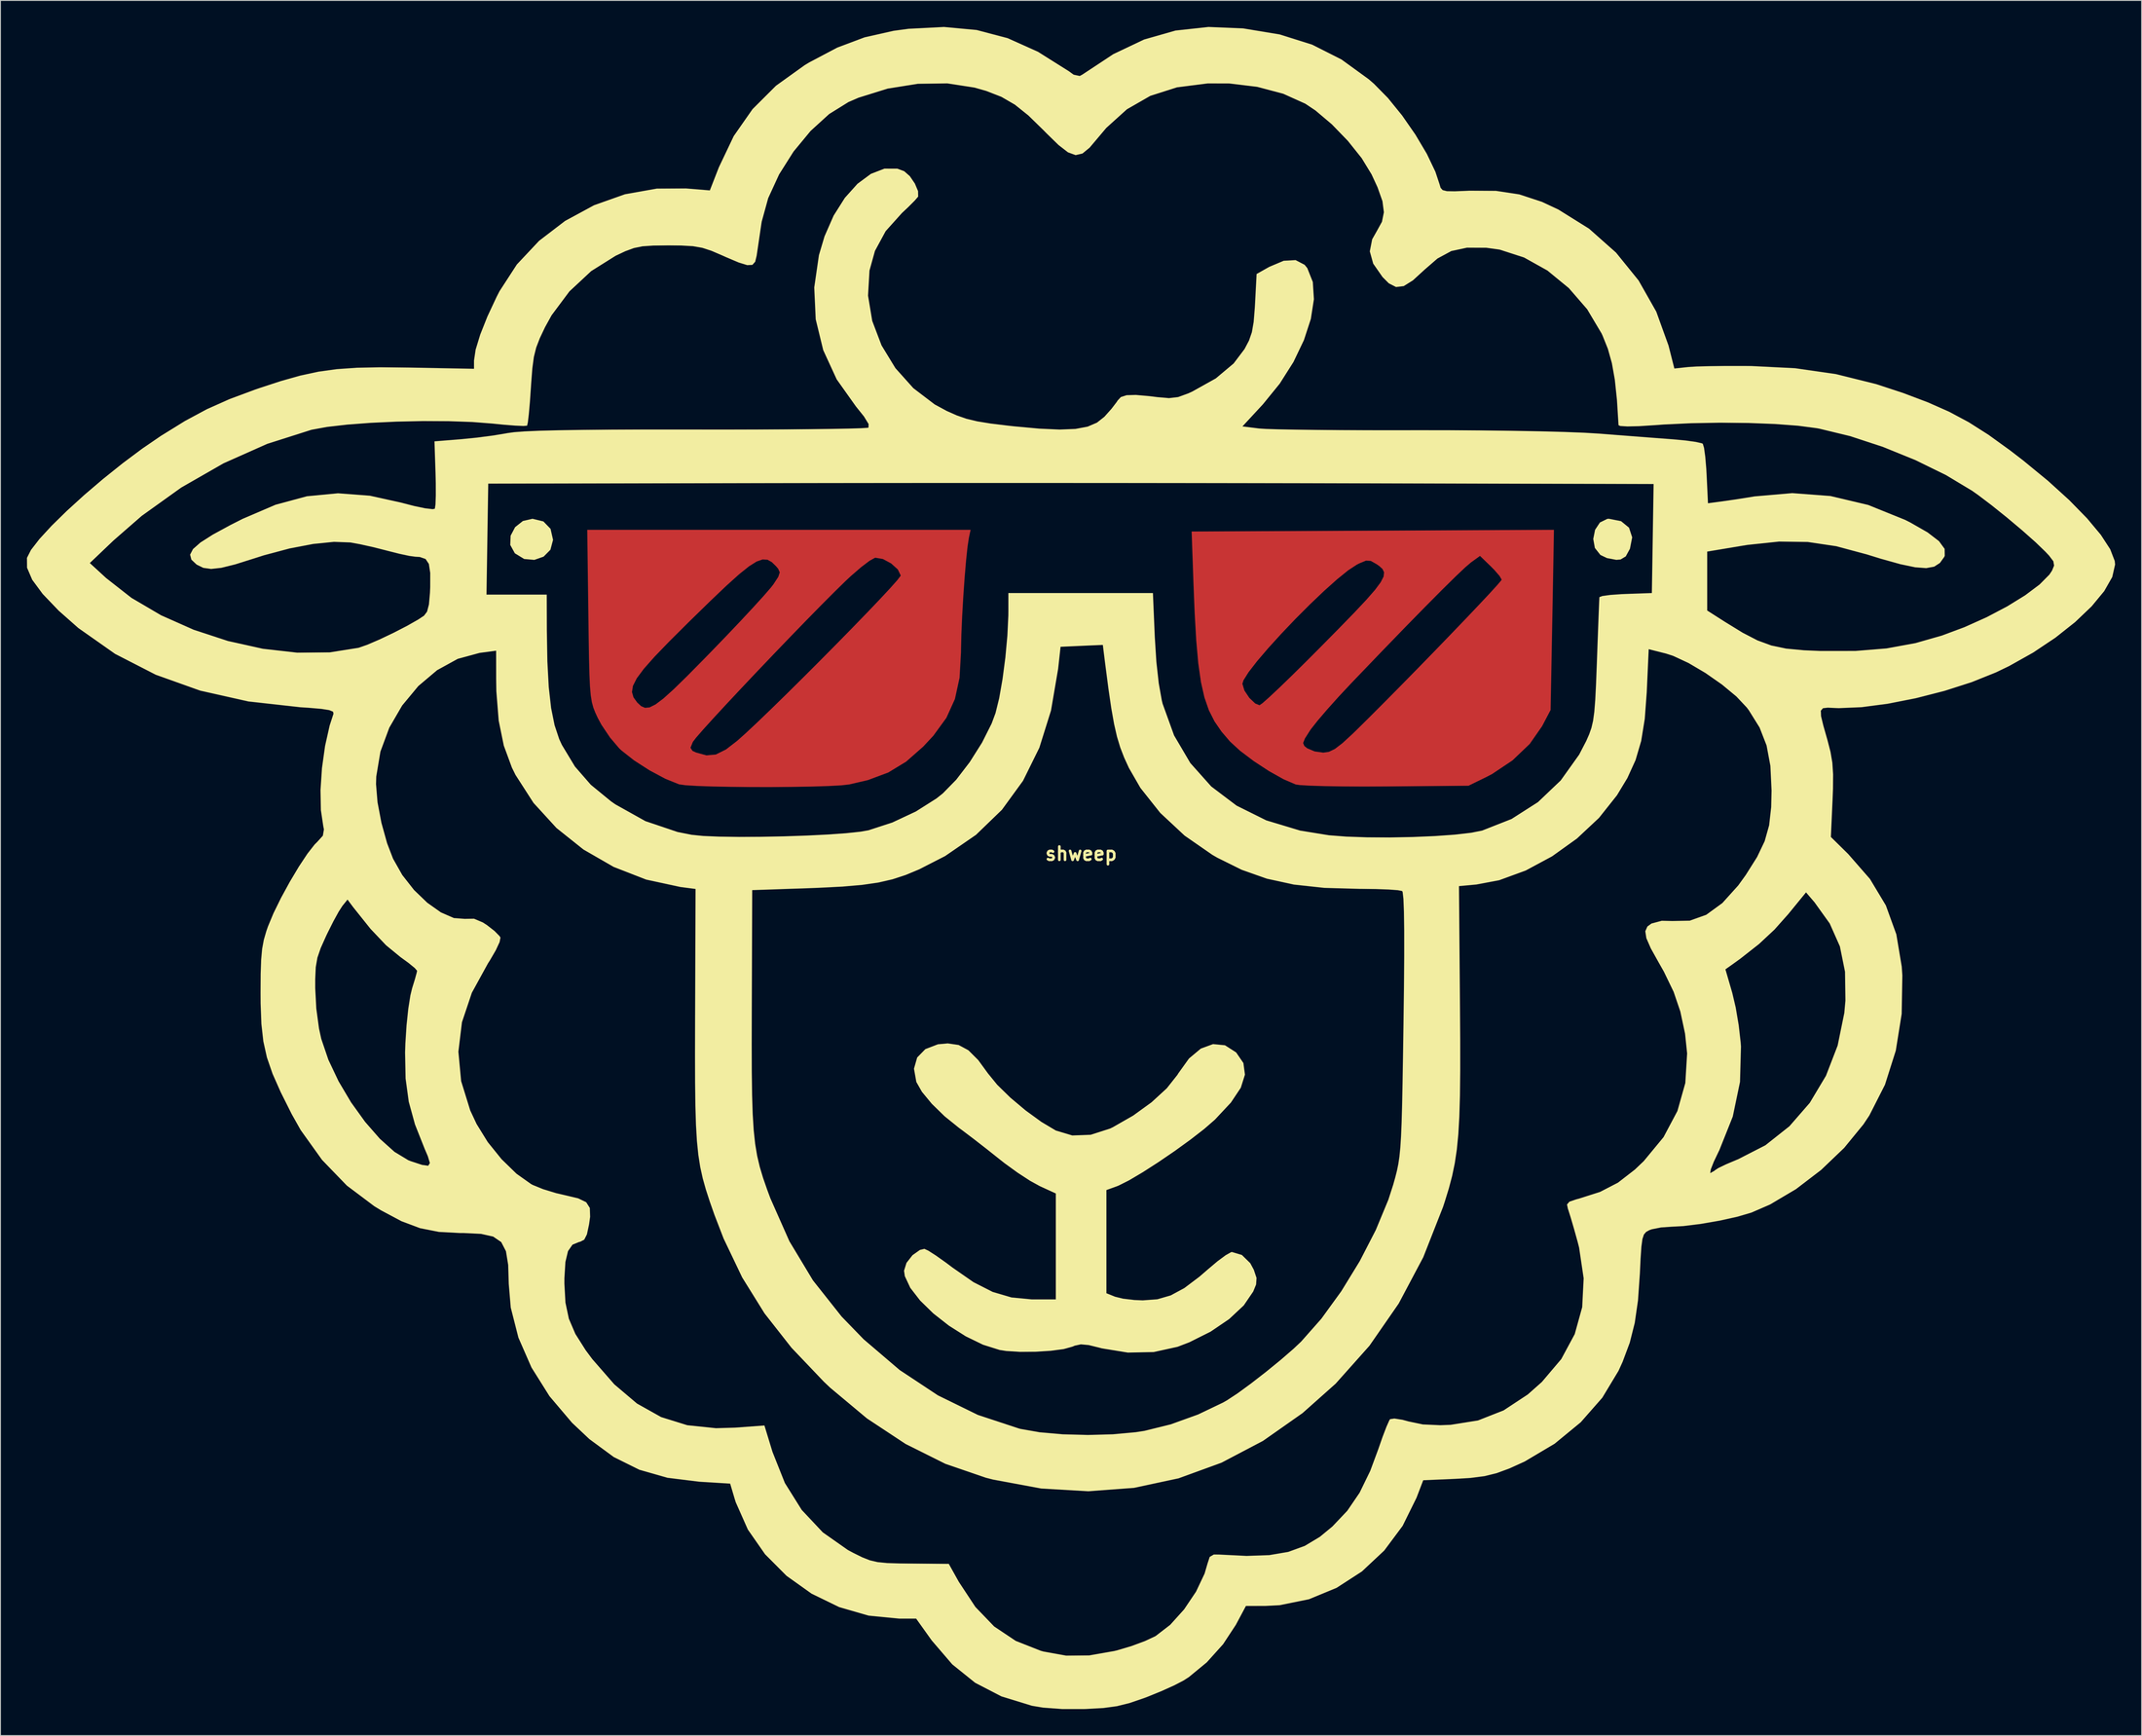
<source format=kicad_pcb>
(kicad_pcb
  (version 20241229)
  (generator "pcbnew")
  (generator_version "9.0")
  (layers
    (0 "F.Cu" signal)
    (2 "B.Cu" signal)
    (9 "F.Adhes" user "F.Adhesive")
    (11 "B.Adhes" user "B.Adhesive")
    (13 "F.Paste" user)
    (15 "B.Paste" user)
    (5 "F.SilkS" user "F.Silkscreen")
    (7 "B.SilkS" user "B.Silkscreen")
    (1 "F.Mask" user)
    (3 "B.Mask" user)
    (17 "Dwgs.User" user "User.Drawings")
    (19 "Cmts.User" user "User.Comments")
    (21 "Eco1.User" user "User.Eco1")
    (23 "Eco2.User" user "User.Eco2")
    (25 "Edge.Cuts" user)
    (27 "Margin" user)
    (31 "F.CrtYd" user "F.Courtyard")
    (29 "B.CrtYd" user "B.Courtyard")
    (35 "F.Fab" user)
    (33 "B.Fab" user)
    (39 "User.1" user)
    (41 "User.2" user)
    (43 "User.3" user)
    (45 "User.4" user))
  (footprint "shweep"
    (layer "F.Cu")
    (at 119.265 93.594)
    (property "Reference" "shweep" (at 0 0 0) (layer "F.SilkS") (effects (font (size 1.5 1.5) (thickness 0.3))))
    (attr board_only exclude_from_pos_files exclude_from_bom)
    (fp_poly (pts (xy 53.489 -36.326) (xy 53.473 -35.358) (xy 53.447 -33.853) (xy 53.411 -31.903) (xy 53.369 -29.596) (xy 53.321 -27.021) (xy 53.31 -26.473) (xy 53.118 -16.277) (xy 52.155 -14.445) (xy 50.757 -12.437) (xy 48.813 -10.579) (xy 46.49 -9.024) (xy 45.836 -8.684) (xy 43.824 -7.7) (xy 34.523 -7.622) (xy 31.965 -7.612) (xy 29.604 -7.624) (xy 27.545 -7.657) (xy 25.896 -7.708) (xy 24.764 -7.774) (xy 24.285 -7.842) (xy 22.912 -8.432) (xy 21.251 -9.365) (xy 19.53 -10.492) (xy 17.978 -11.664) (xy 17.033 -12.534) (xy 25.118 -12.534) (xy 25.256 -12.203) (xy 25.573 -11.944) (xy 26.418 -11.586) (xy 27.399 -11.448) (xy 28.03 -11.537) (xy 28.708 -11.863) (xy 29.56 -12.515) (xy 30.718 -13.581) (xy 31.192 -14.042) (xy 32.689 -15.522) (xy 34.383 -17.221) (xy 36.208 -19.069) (xy 38.098 -20.997) (xy 39.985 -22.936) (xy 41.802 -24.818) (xy 43.484 -26.571) (xy 44.963 -28.129) (xy 46.173 -29.42) (xy 47.046 -30.377) (xy 47.517 -30.93) (xy 47.58 -31.033) (xy 47.344 -31.444) (xy 46.743 -32.137) (xy 46.355 -32.529) (xy 45.131 -33.716) (xy 44.12 -32.987) (xy 43.472 -32.435) (xy 42.37 -31.391) (xy 40.844 -29.887) (xy 38.928 -27.956) (xy 36.651 -25.629) (xy 34.048 -22.939) (xy 31.149 -19.918) (xy 30.527 -19.268) (xy 29.134 -17.777) (xy 27.837 -16.33) (xy 26.759 -15.07) (xy 26.023 -14.137) (xy 25.893 -13.951) (xy 25.32 -13.049) (xy 25.118 -12.534) (xy 17.033 -12.534) (xy 16.849 -12.703) (xy 15.884 -13.833) (xy 15.093 -14.984) (xy 14.454 -16.245) (xy 13.949 -17.702) (xy 13.602 -19.243) (xy 18.245 -19.243) (xy 18.476 -18.48) (xy 19.031 -17.649) (xy 19.7 -17.011) (xy 20.186 -16.814) (xy 20.533 -17.059) (xy 21.308 -17.746) (xy 22.439 -18.808) (xy 23.851 -20.175) (xy 25.474 -21.778) (xy 26.831 -23.14) (xy 29.1 -25.439) (xy 30.901 -27.291) (xy 32.275 -28.753) (xy 33.26 -29.882) (xy 33.895 -30.738) (xy 34.221 -31.377) (xy 34.276 -31.857) (xy 34.1 -32.235) (xy 33.733 -32.571) (xy 33.416 -32.789) (xy 32.772 -33.152) (xy 32.233 -33.183) (xy 31.481 -32.874) (xy 31.18 -32.719) (xy 30.223 -32.092) (xy 28.965 -31.074) (xy 27.492 -29.757) (xy 25.89 -28.228) (xy 24.244 -26.579) (xy 22.641 -24.897) (xy 21.167 -23.273) (xy 19.906 -21.797) (xy 18.946 -20.556) (xy 18.371 -19.642) (xy 18.245 -19.243) (xy 13.602 -19.243) (xy 13.556 -19.446) (xy 13.255 -21.564) (xy 13.026 -24.145) (xy 12.847 -27.276) (xy 12.717 -30.492) (xy 12.506 -36.479) (xy 32.995 -36.574) (xy 36.75 -36.591) (xy 40.283 -36.608) (xy 43.53 -36.623) (xy 46.429 -36.636) (xy 48.916 -36.648) (xy 50.928 -36.657) (xy 52.401 -36.664) (xy 53.272 -36.668) (xy 53.493 -36.669)) (stroke (width 0) (type solid)) (fill yes) (layer "F.Cu"))
    (fp_poly (pts (xy -12.694 -35.775) (xy -12.849 -34.756) (xy -13.015 -33.19) (xy -13.179 -31.248) (xy -13.33 -29.097) (xy -13.456 -26.906) (xy -13.546 -24.845) (xy -13.587 -23.083) (xy -13.589 -22.81) (xy -13.751 -19.93) (xy -14.277 -17.518) (xy -15.242 -15.39) (xy -16.719 -13.361) (xy -17.864 -12.131) (xy -19.798 -10.43) (xy -21.814 -9.203) (xy -24.134 -8.336) (xy -26.242 -7.846) (xy -27.137 -7.747) (xy -28.582 -7.668) (xy -30.451 -7.609) (xy -32.617 -7.571) (xy -34.953 -7.553) (xy -37.335 -7.554) (xy -39.634 -7.576) (xy -41.725 -7.617) (xy -43.481 -7.678) (xy -44.775 -7.759) (xy -45.482 -7.859) (xy -45.486 -7.86) (xy -47.04 -8.488) (xy -48.829 -9.447) (xy -50.577 -10.572) (xy -52.005 -11.695) (xy -52.262 -11.938) (xy -52.32 -12.006) (xy -44.195 -12.006) (xy -43.975 -11.652) (xy -43.57 -11.464) (xy -42.392 -11.139) (xy -41.321 -11.237) (xy -40.175 -11.809) (xy -38.908 -12.789) (xy -37.934 -13.66) (xy -36.635 -14.877) (xy -35.08 -16.373) (xy -33.337 -18.077) (xy -31.474 -19.923) (xy -29.559 -21.839) (xy -27.661 -23.758) (xy -25.847 -25.609) (xy -24.185 -27.326) (xy -22.745 -28.837) (xy -21.593 -30.075) (xy -20.798 -30.971) (xy -20.429 -31.455) (xy -20.411 -31.507) (xy -20.739 -32.188) (xy -21.497 -32.866) (xy -22.425 -33.366) (xy -23.259 -33.509) (xy -23.354 -33.49) (xy -23.948 -33.158) (xy -24.89 -32.441) (xy -26.023 -31.462) (xy -26.667 -30.86) (xy -27.899 -29.654) (xy -29.403 -28.144) (xy -31.108 -26.405) (xy -32.944 -24.511) (xy -34.842 -22.535) (xy -36.73 -20.553) (xy -38.539 -18.637) (xy -40.198 -16.863) (xy -41.637 -15.304) (xy -42.785 -14.035) (xy -43.573 -13.128) (xy -43.928 -12.662) (xy -44.195 -12.006) (xy -52.32 -12.006) (xy -53.293 -13.152) (xy -54.271 -14.609) (xy -54.688 -15.383) (xy -54.968 -15.986) (xy -55.186 -16.547) (xy -55.353 -17.162) (xy -55.476 -17.926) (xy -55.51 -18.31) (xy -50.814 -18.31) (xy -50.641 -17.706) (xy -50.225 -17.13) (xy -50.208 -17.111) (xy -49.785 -16.716) (xy -49.343 -16.521) (xy -48.818 -16.571) (xy -48.145 -16.907) (xy -47.261 -17.575) (xy -46.102 -18.619) (xy -44.604 -20.081) (xy -42.704 -22.007) (xy -41.929 -22.801) (xy -40.16 -24.634) (xy -38.511 -26.372) (xy -37.063 -27.927) (xy -35.899 -29.21) (xy -35.101 -30.132) (xy -34.813 -30.503) (xy -34.262 -31.347) (xy -34.095 -31.855) (xy -34.278 -32.27) (xy -34.527 -32.56) (xy -35.001 -33.019) (xy -35.483 -33.285) (xy -36.033 -33.318) (xy -36.712 -33.081) (xy -37.58 -32.533) (xy -38.699 -31.635) (xy -40.128 -30.348) (xy -41.929 -28.633) (xy -44.163 -26.452) (xy -44.474 -26.145) (xy -46.615 -24.014) (xy -48.268 -22.3) (xy -49.473 -20.937) (xy -50.272 -19.86) (xy -50.705 -19.006) (xy -50.814 -18.31) (xy -55.51 -18.31) (xy -55.566 -18.935) (xy -55.629 -20.286) (xy -55.676 -22.075) (xy -55.714 -24.397) (xy -55.749 -27.01) (xy -55.874 -36.669) (xy -34.189 -36.669) (xy -12.503 -36.669)) (stroke (width 0) (type solid)) (fill yes) (layer "F.Cu"))
    (fp_poly (pts (xy -60.836 -37.62) (xy -60.028 -36.783) (xy -59.744 -35.534) (xy -60.042 -34.414) (xy -60.813 -33.636) (xy -61.866 -33.266) (xy -63.012 -33.369) (xy -64.063 -34.012) (xy -64.068 -34.017) (xy -64.587 -34.961) (xy -64.545 -36.007) (xy -64.036 -36.972) (xy -63.154 -37.671) (xy -62.069 -37.921)) (stroke (width 0) (type solid)) (fill yes) (layer "F.SilkS"))
    (fp_poly (pts (xy 61.087 -37.65) (xy 61.99 -36.911) (xy 62.347 -35.82) (xy 62.095 -34.531) (xy 61.621 -33.664) (xy 61.036 -33.313) (xy 60.557 -33.27) (xy 59.491 -33.472) (xy 58.75 -33.827) (xy 58.126 -34.618) (xy 57.943 -35.638) (xy 58.15 -36.671) (xy 58.696 -37.5) (xy 59.529 -37.909) (xy 59.717 -37.921)) (stroke (width 0) (type solid)) (fill yes) (layer "F.SilkS"))
    (fp_poly (pts (xy -13.861 21.644) (xy -12.751 22.243) (xy -11.642 23.349) (xy -10.538 24.863) (xy -9.492 26.147) (xy -8.006 27.6) (xy -6.272 29.058) (xy -4.485 30.358) (xy -2.862 31.325) (xy -1 31.883) (xy 1.079 31.807) (xy 3.268 31.106) (xy 3.595 30.949) (xy 5.888 29.636) (xy 7.971 28.126) (xy 9.691 26.547) (xy 10.894 25.026) (xy 10.986 24.87) (xy 12.207 23.169) (xy 13.544 22.052) (xy 14.925 21.545) (xy 16.274 21.676) (xy 17.518 22.472) (xy 17.557 22.511) (xy 18.361 23.687) (xy 18.535 25) (xy 18.068 26.481) (xy 16.951 28.157) (xy 15.175 30.058) (xy 15.103 30.127) (xy 13.925 31.15) (xy 12.373 32.355) (xy 10.599 33.64) (xy 8.749 34.904) (xy 6.974 36.045) (xy 5.423 36.964) (xy 4.244 37.558) (xy 4.035 37.641) (xy 2.862 38.065) (xy 2.862 43.905) (xy 2.862 49.744) (xy 3.846 50.141) (xy 4.749 50.362) (xy 6.033 50.512) (xy 6.976 50.551) (xy 8.624 50.429) (xy 10.138 49.99) (xy 11.675 49.16) (xy 13.397 47.861) (xy 14.342 47.043) (xy 15.424 46.13) (xy 16.352 45.443) (xy 16.965 45.096) (xy 17.062 45.076) (xy 18.188 45.413) (xy 19.136 46.342) (xy 19.538 47.086) (xy 19.847 48.011) (xy 19.798 48.754) (xy 19.471 49.553) (xy 18.403 51.12) (xy 16.754 52.664) (xy 14.656 54.089) (xy 12.24 55.299) (xy 10.916 55.807) (xy 8.218 56.401) (xy 5.283 56.462) (xy 2.354 55.986) (xy 2.143 55.929) (xy 0.847 55.61) (xy -0.025 55.531) (xy -0.72 55.679) (xy -0.982 55.79) (xy -1.966 56.063) (xy -3.435 56.259) (xy -5.16 56.368) (xy -6.913 56.38) (xy -8.468 56.283) (xy -9.218 56.167) (xy -11.097 55.575) (xy -13.05 54.624) (xy -14.963 53.41) (xy -16.723 52.028) (xy -18.216 50.57) (xy -19.328 49.132) (xy -19.946 47.808) (xy -20.034 47.195) (xy -19.756 46.306) (xy -19.079 45.438) (xy -18.238 44.841) (xy -17.733 44.718) (xy -17.286 44.925) (xy -16.423 45.479) (xy -15.287 46.286) (xy -14.542 46.846) (xy -12.173 48.492) (xy -10.008 49.595) (xy -7.878 50.222) (xy -5.61 50.44) (xy -5.353 50.442) (xy -2.862 50.442) (xy -2.862 44.448) (xy -2.862 38.454) (xy -4.676 37.621) (xy -5.781 37.012) (xy -7.188 36.094) (xy -8.657 35.028) (xy -9.237 34.572) (xy -10.682 33.423) (xy -12.167 32.268) (xy -13.443 31.302) (xy -13.821 31.024) (xy -15.448 29.712) (xy -16.893 28.299) (xy -18.011 26.943) (xy -18.643 25.832) (xy -18.911 24.327) (xy -18.548 23.059) (xy -17.621 22.111) (xy -16.197 21.565) (xy -15.091 21.465)) (stroke (width 0) (type solid)) (fill yes) (layer "F.SilkS"))
    (fp_poly (pts (xy 18.331 -93.431) (xy 22.462 -92.747) (xy 26.132 -91.591) (xy 29.456 -89.913) (xy 32.55 -87.665) (xy 33.125 -87.166) (xy 34.711 -85.554) (xy 36.315 -83.577) (xy 37.821 -81.409) (xy 39.115 -79.227) (xy 40.081 -77.206) (xy 40.542 -75.821) (xy 40.672 -75.386) (xy 40.904 -75.124) (xy 41.386 -75.003) (xy 42.267 -74.988) (xy 43.696 -75.046) (xy 43.92 -75.056) (xy 46.929 -75.04) (xy 49.578 -74.638) (xy 52.145 -73.792) (xy 53.991 -72.93) (xy 57.47 -70.756) (xy 60.518 -68.052) (xy 63.073 -64.896) (xy 65.073 -61.364) (xy 66.457 -57.534) (xy 66.531 -57.248) (xy 67.119 -54.931) (xy 68.708 -55.101) (xy 69.629 -55.158) (xy 71.093 -55.198) (xy 72.927 -55.219) (xy 74.958 -55.219) (xy 75.842 -55.212) (xy 80.776 -54.964) (xy 85.383 -54.299) (xy 89.949 -53.164) (xy 93.014 -52.157) (xy 95.797 -51.104) (xy 98.204 -50.037) (xy 100.426 -48.849) (xy 102.658 -47.429) (xy 105.093 -45.67) (xy 106.608 -44.502) (xy 109.383 -42.224) (xy 111.8 -40.029) (xy 113.812 -37.97) (xy 115.371 -36.101) (xy 116.43 -34.475) (xy 116.942 -33.146) (xy 116.983 -32.741) (xy 116.663 -31.332) (xy 115.751 -29.731) (xy 114.326 -28.007) (xy 112.461 -26.227) (xy 110.233 -24.462) (xy 107.718 -22.78) (xy 104.991 -21.249) (xy 103.494 -20.526) (xy 100.749 -19.424) (xy 97.668 -18.438) (xy 94.438 -17.61) (xy 91.246 -16.98) (xy 88.281 -16.592) (xy 85.729 -16.485) (xy 85.341 -16.499) (xy 84.475 -16.538) (xy 83.935 -16.478) (xy 83.691 -16.198) (xy 83.715 -15.58) (xy 83.976 -14.505) (xy 84.438 -12.879) (xy 84.785 -11.532) (xy 84.992 -10.313) (xy 85.078 -8.989) (xy 85.064 -7.327) (xy 85.014 -6.049) (xy 84.827 -1.903) (xy 86.791 0.032) (xy 89.25 2.851) (xy 91.049 5.848) (xy 92.233 9.119) (xy 92.843 12.762) (xy 92.913 13.773) (xy 92.837 18.126) (xy 92.173 22.279) (xy 90.947 26.141) (xy 89.18 29.619) (xy 88.511 30.627) (xy 86.332 33.29) (xy 83.731 35.78) (xy 80.879 37.961) (xy 77.949 39.697) (xy 75.825 40.619) (xy 74.236 41.086) (xy 72.237 41.529) (xy 70.112 41.898) (xy 68.146 42.142) (xy 66.826 42.214) (xy 65.606 42.298) (xy 64.553 42.508) (xy 64.282 42.606) (xy 63.925 42.804) (xy 63.675 43.097) (xy 63.506 43.612) (xy 63.39 44.476) (xy 63.299 45.815) (xy 63.217 47.525) (xy 63.005 50.56) (xy 62.639 53.097) (xy 62.073 55.344) (xy 61.262 57.512) (xy 60.797 58.533) (xy 58.965 61.572) (xy 56.529 64.346) (xy 53.574 66.778) (xy 50.189 68.79) (xy 48.452 69.578) (xy 47.013 70.108) (xy 45.639 70.448) (xy 44.058 70.651) (xy 42.338 70.755) (xy 38.706 70.912) (xy 37.947 72.895) (xy 36.378 76.075) (xy 34.291 78.875) (xy 31.772 81.234) (xy 28.905 83.092) (xy 25.775 84.386) (xy 22.468 85.057) (xy 20.86 85.139) (xy 18.645 85.144) (xy 17.506 87.28) (xy 16.065 89.472) (xy 14.219 91.524) (xy 12.198 93.191) (xy 11.578 93.588) (xy 10.536 94.128) (xy 9.089 94.781) (xy 7.507 95.426) (xy 7.106 95.577) (xy 5.478 96.135) (xy 4.045 96.49) (xy 2.514 96.695) (xy 0.591 96.804) (xy 0.358 96.812) (xy -2.128 96.813) (xy -4.296 96.654) (xy -5.559 96.444) (xy -9.016 95.379) (xy -11.989 93.838) (xy -14.58 91.753) (xy -16.893 89.056) (xy -17.057 88.829) (xy -18.666 86.575) (xy -20.584 86.575) (xy -24.036 86.238) (xy -27.371 85.274) (xy -30.499 83.75) (xy -33.325 81.733) (xy -35.759 79.29) (xy -37.706 76.49) (xy -39.076 73.4) (xy -39.205 72.987) (xy -39.707 71.296) (xy -43.196 71.081) (xy -46.799 70.634) (xy -49.978 69.725) (xy -52.877 68.287) (xy -55.636 66.254) (xy -57.597 64.406) (xy -60.146 61.398) (xy -62.184 58.151) (xy -63.662 54.771) (xy -64.531 51.364) (xy -64.756 48.686) (xy -64.822 46.531) (xy -65.074 44.987) (xy -65.607 43.954) (xy -66.516 43.333) (xy -67.898 43.025) (xy -69.846 42.931) (xy -70.288 42.93) (xy -72.663 42.804) (xy -74.79 42.382) (xy -76.89 41.594) (xy -79.185 40.37) (xy -79.965 39.895) (xy -83.069 37.563) (xy -85.879 34.653) (xy -88.296 31.274) (xy -89.305 29.484) (xy -90.556 26.986) (xy -91.477 24.905) (xy -92.116 23.05) (xy -92.521 21.231) (xy -92.742 19.258) (xy -92.828 16.942) (xy -92.835 15.741) (xy -92.832 15.197) (xy -86.652 15.197) (xy -86.53 17.516) (xy -86.225 19.771) (xy -85.969 20.947) (xy -85.162 23.319) (xy -84.006 25.757) (xy -82.592 28.141) (xy -81.007 30.347) (xy -79.34 32.255) (xy -77.681 33.743) (xy -76.119 34.689) (xy -75.842 34.797) (xy -74.562 35.218) (xy -73.869 35.312) (xy -73.679 35.008) (xy -73.912 34.233) (xy -74.262 33.416) (xy -75.364 30.635) (xy -76.069 28.066) (xy -76.427 25.441) (xy -76.486 22.491) (xy -76.452 21.471) (xy -76.321 19.434) (xy -76.123 17.549) (xy -75.883 16.022) (xy -75.692 15.237) (xy -75.37 14.192) (xy -75.165 13.446) (xy -75.127 13.239) (xy -75.398 12.926) (xy -76.106 12.348) (xy -77.005 11.694) (xy -78.636 10.356) (xy -80.396 8.499) (xy -82.351 6.053) (xy -82.463 5.903) (xy -82.997 5.187) (xy -83.577 5.903) (xy -84 6.56) (xy -84.602 7.657) (xy -85.267 8.984) (xy -85.414 9.294) (xy -86.031 10.67) (xy -86.404 11.757) (xy -86.591 12.837) (xy -86.651 14.19) (xy -86.652 15.197) (xy -92.832 15.197) (xy -92.822 13.593) (xy -92.768 11.99) (xy -92.657 10.762) (xy -92.467 9.741) (xy -92.181 8.756) (xy -91.997 8.228) (xy -91.372 6.725) (xy -90.517 4.986) (xy -89.529 3.175) (xy -88.502 1.454) (xy -87.532 -0.011) (xy -86.714 -1.058) (xy -86.426 -1.344) (xy -85.788 -2.048) (xy -85.668 -2.756) (xy -85.742 -3.133) (xy -86.011 -4.941) (xy -86.054 -7.202) (xy -86.009 -7.885) (xy -79.771 -7.885) (xy -79.603 -5.843) (xy -79.16 -3.504) (xy -78.519 -1.195) (xy -77.847 0.556) (xy -76.799 2.406) (xy -75.469 4.101) (xy -73.975 5.542) (xy -72.434 6.632) (xy -70.963 7.274) (xy -69.679 7.371) (xy -69.643 7.364) (xy -68.685 7.349) (xy -67.682 7.774) (xy -67.219 8.075) (xy -66.365 8.741) (xy -65.793 9.323) (xy -65.693 9.488) (xy -65.792 9.995) (xy -66.218 10.913) (xy -66.888 12.066) (xy -67.101 12.397) (xy -68.932 15.732) (xy -70.05 19.069) (xy -70.453 22.403) (xy -70.142 25.731) (xy -69.116 29.048) (xy -68.395 30.587) (xy -67.131 32.633) (xy -65.57 34.57) (xy -63.881 36.214) (xy -62.231 37.385) (xy -62.033 37.49) (xy -60.88 37.962) (xy -59.407 38.413) (xy -58.399 38.648) (xy -56.896 39.005) (xy -55.994 39.441) (xy -55.582 40.091) (xy -55.549 41.09) (xy -55.67 41.952) (xy -55.913 43.084) (xy -56.215 43.679) (xy -56.677 43.918) (xy -56.793 43.938) (xy -57.544 44.246) (xy -58.052 44.976) (xy -58.346 46.212) (xy -58.457 48.04) (xy -58.459 48.654) (xy -58.341 50.802) (xy -57.956 52.626) (xy -57.22 54.348) (xy -56.053 56.191) (xy -55.306 57.195) (xy -52.816 60.055) (xy -50.244 62.233) (xy -47.516 63.764) (xy -44.563 64.682) (xy -41.313 65.02) (xy -39.134 64.956) (xy -35.83 64.713) (xy -34.918 67.702) (xy -33.514 71.228) (xy -31.608 74.274) (xy -29.226 76.811) (xy -26.39 78.807) (xy -25.777 79.136) (xy -24.752 79.641) (xy -23.901 79.977) (xy -23.031 80.181) (xy -21.951 80.288) (xy -20.47 80.333) (xy -19.221 80.345) (xy -14.971 80.377) (xy -13.835 82.412) (xy -11.96 85.256) (xy -9.837 87.465) (xy -7.395 89.099) (xy -4.561 90.216) (xy -4.256 90.301) (xy -1.701 90.763) (xy 0.901 90.742) (xy 3.775 90.237) (xy 4.115 90.152) (xy 5.692 89.683) (xy 7.216 89.12) (xy 8.376 88.578) (xy 8.443 88.54) (xy 10.078 87.278) (xy 11.652 85.531) (xy 13.002 83.523) (xy 13.97 81.478) (xy 14.291 80.375) (xy 14.546 79.591) (xy 15.013 79.319) (xy 15.582 79.323) (xy 18.713 79.479) (xy 21.291 79.389) (xy 23.447 79.02) (xy 25.31 78.339) (xy 27.011 77.316) (xy 28.428 76.15) (xy 30.111 74.371) (xy 31.507 72.325) (xy 32.711 69.854) (xy 33.615 67.416) (xy 34.105 66.009) (xy 34.544 64.86) (xy 34.863 64.14) (xy 34.955 63.998) (xy 35.438 63.927) (xy 36.353 64.07) (xy 37.034 64.254) (xy 38.655 64.594) (xy 40.634 64.682) (xy 41.801 64.639) (xy 44.905 64.144) (xy 47.796 63.008) (xy 50.535 61.202) (xy 52.126 59.79) (xy 54.324 57.197) (xy 55.846 54.371) (xy 56.691 51.319) (xy 56.856 48.051) (xy 56.34 44.574) (xy 56.175 43.929) (xy 55.769 42.47) (xy 55.399 41.202) (xy 55.129 40.341) (xy 55.076 40.193) (xy 54.973 39.697) (xy 55.242 39.382) (xy 56.031 39.113) (xy 56.327 39.036) (xy 58.716 38.274) (xy 60.738 37.227) (xy 62.17 36.118) (xy 71.177 36.118) (xy 71.203 36.132) (xy 71.661 35.878) (xy 71.689 35.838) (xy 72.09 35.573) (xy 72.979 35.145) (xy 74.174 34.641) (xy 74.333 34.578) (xy 77.419 32.993) (xy 80.137 30.841) (xy 82.438 28.193) (xy 84.273 25.124) (xy 85.592 21.704) (xy 86.348 18.008) (xy 86.472 16.614) (xy 86.426 13.352) (xy 85.846 10.484) (xy 84.694 7.888) (xy 82.977 5.494) (xy 82.014 4.37) (xy 80.016 6.816) (xy 78.445 8.584) (xy 76.703 10.208) (xy 74.587 11.872) (xy 73.67 12.533) (xy 72.895 13.082) (xy 73.672 15.753) (xy 74.06 17.403) (xy 74.398 19.399) (xy 74.624 21.37) (xy 74.656 21.826) (xy 74.546 25.826) (xy 73.728 29.743) (xy 72.206 33.557) (xy 72.125 33.718) (xy 71.581 34.861) (xy 71.246 35.712) (xy 71.177 36.118) (xy 62.17 36.118) (xy 62.651 35.746) (xy 63.658 34.785) (xy 65.894 32.074) (xy 67.464 29.119) (xy 68.357 25.95) (xy 68.562 22.598) (xy 68.328 20.361) (xy 67.794 17.854) (xy 67.037 15.625) (xy 65.937 13.351) (xy 65.353 12.321) (xy 64.452 10.704) (xy 63.951 9.556) (xy 63.83 8.769) (xy 64.067 8.232) (xy 64.532 7.892) (xy 65.689 7.583) (xy 66.891 7.609) (xy 68.855 7.573) (xy 70.726 6.905) (xy 72.544 5.582) (xy 74.347 3.58) (xy 75.201 2.395) (xy 76.48 0.365) (xy 77.334 -1.424) (xy 77.84 -3.222) (xy 78.073 -5.282) (xy 78.116 -7.155) (xy 77.984 -9.947) (xy 77.551 -12.261) (xy 76.76 -14.292) (xy 75.551 -16.234) (xy 75.312 -16.554) (xy 74.134 -17.807) (xy 72.506 -19.156) (xy 70.635 -20.463) (xy 68.725 -21.591) (xy 66.982 -22.403) (xy 66.183 -22.662) (xy 64.215 -23.159) (xy 63.994 -18.287) (xy 63.771 -15.275) (xy 63.368 -12.777) (xy 62.73 -10.606) (xy 61.803 -8.571) (xy 60.626 -6.624) (xy 58.593 -4.062) (xy 56.1 -1.729) (xy 53.29 0.286) (xy 50.309 1.89) (xy 47.298 2.993) (xy 44.718 3.478) (xy 42.751 3.66) (xy 42.862 17.124) (xy 42.889 21.131) (xy 42.891 24.51) (xy 42.861 27.348) (xy 42.792 29.731) (xy 42.677 31.747) (xy 42.508 33.483) (xy 42.278 35.025) (xy 41.98 36.461) (xy 41.607 37.877) (xy 41.15 39.36) (xy 40.947 39.98) (xy 38.711 45.667) (xy 35.933 50.908) (xy 32.626 55.684) (xy 28.802 59.976) (xy 25.054 63.312) (xy 20.574 66.459) (xy 15.894 68.92) (xy 11.029 70.694) (xy 5.995 71.775) (xy 0.808 72.162) (xy -4.518 71.85) (xy -9.966 70.837) (xy -10.786 70.626) (xy -15.356 69.055) (xy -19.857 66.807) (xy -24.225 63.921) (xy -28.394 60.435) (xy -29.106 59.759) (xy -32.769 55.912) (xy -35.818 52.025) (xy -38.347 47.953) (xy -40.449 43.554) (xy -41.48 40.88) (xy -42.012 39.364) (xy -42.452 38.013) (xy -42.809 36.74) (xy -43.092 35.459) (xy -43.308 34.083) (xy -43.466 32.528) (xy -43.574 30.705) (xy -43.641 28.53) (xy -43.674 25.915) (xy -43.683 22.775) (xy -43.68 21.504) (xy -37.266 21.504) (xy -37.258 24.672) (xy -37.223 27.302) (xy -37.154 29.479) (xy -37.041 31.294) (xy -36.877 32.834) (xy -36.652 34.186) (xy -36.357 35.44) (xy -35.985 36.683) (xy -35.526 38.004) (xy -35.16 38.99) (xy -33.003 43.86) (xy -30.34 48.286) (xy -27.1 52.38) (xy -24.602 54.959) (xy -20.523 58.441) (xy -16.197 61.305) (xy -11.678 63.521) (xy -7.018 65.058) (xy -6.833 65.105) (xy -4.689 65.482) (xy -2.08 65.711) (xy 0.761 65.788) (xy 3.598 65.709) (xy 6.196 65.47) (xy 7.163 65.32) (xy 10.144 64.584) (xy 13.238 63.468) (xy 16.066 62.113) (xy 16.508 61.86) (xy 17.696 61.078) (xy 19.227 59.959) (xy 20.917 58.647) (xy 22.579 57.289) (xy 24.032 56.03) (xy 24.887 55.225) (xy 27.18 52.628) (xy 29.433 49.522) (xy 31.525 46.108) (xy 33.34 42.587) (xy 34.759 39.163) (xy 35.305 37.47) (xy 35.538 36.642) (xy 35.73 35.886) (xy 35.887 35.122) (xy 36.013 34.273) (xy 36.114 33.26) (xy 36.195 32.003) (xy 36.261 30.424) (xy 36.316 28.444) (xy 36.367 25.985) (xy 36.417 22.968) (xy 36.472 19.318) (xy 36.527 15.071) (xy 36.553 11.533) (xy 36.552 8.697) (xy 36.523 6.558) (xy 36.466 5.11) (xy 36.38 4.346) (xy 36.326 4.218) (xy 35.844 4.122) (xy 34.798 4.044) (xy 33.338 3.991) (xy 31.614 3.972) (xy 31.484 3.972) (xy 27.514 3.859) (xy 24.072 3.486) (xy 21.009 2.817) (xy 18.174 1.816) (xy 15.418 0.451) (xy 14.846 0.121) (xy 11.709 -2.056) (xy 8.956 -4.623) (xy 6.708 -7.457) (xy 5.408 -9.714) (xy 4.871 -10.887) (xy 4.431 -12.027) (xy 4.06 -13.254) (xy 3.732 -14.689) (xy 3.418 -16.455) (xy 3.093 -18.673) (xy 2.729 -21.463) (xy 2.67 -21.928) (xy 2.456 -23.643) (xy 0.065 -23.538) (xy -2.325 -23.432) (xy -2.602 -20.928) (xy -3.404 -16.221) (xy -4.724 -12.004) (xy -6.572 -8.262) (xy -8.958 -4.981) (xy -11.892 -2.146) (xy -15.384 0.258) (xy -18.311 1.757) (xy -19.845 2.396) (xy -21.34 2.887) (xy -22.939 3.255) (xy -24.781 3.522) (xy -27.008 3.714) (xy -29.761 3.854) (xy -30.858 3.895) (xy -37.211 4.114) (xy -37.258 17.708) (xy -37.266 21.504) (xy -43.68 21.504) (xy -43.675 19.024) (xy -43.672 18.179) (xy -43.623 3.982) (xy -45.334 3.759) (xy -49.199 2.924) (xy -52.888 1.488) (xy -56.305 -0.482) (xy -59.358 -2.919) (xy -61.952 -5.757) (xy -63.993 -8.929) (xy -64.401 -9.757) (xy -65.317 -12.243) (xy -65.896 -15.082) (xy -66.159 -18.401) (xy -66.18 -19.812) (xy -66.183 -22.988) (xy -68.06 -22.739) (xy -70.527 -22.067) (xy -72.862 -20.782) (xy -74.985 -18.988) (xy -76.814 -16.784) (xy -78.271 -14.274) (xy -79.275 -11.558) (xy -79.746 -8.739) (xy -79.771 -7.885) (xy -86.009 -7.885) (xy -85.889 -9.697) (xy -85.537 -12.209) (xy -85.019 -14.517) (xy -84.584 -15.852) (xy -84.635 -16.083) (xy -85.059 -16.259) (xy -85.954 -16.401) (xy -87.418 -16.527) (xy -88.337 -16.586) (xy -94.212 -17.242) (xy -99.665 -18.468) (xy -104.694 -20.264) (xy -109.292 -22.627) (xy -113.455 -25.555) (xy -115.677 -27.52) (xy -117.485 -29.409) (xy -118.671 -31.017) (xy -119.255 -32.378) (xy -119.26 -32.909) (xy -112.154 -32.909) (xy -110.306 -31.211) (xy -107.434 -28.961) (xy -104.091 -26.998) (xy -100.412 -25.361) (xy -96.531 -24.085) (xy -92.581 -23.208) (xy -88.696 -22.767) (xy -85.01 -22.799) (xy -81.745 -23.318) (xy -80.748 -23.665) (xy -79.354 -24.266) (xy -77.783 -25.015) (xy -76.254 -25.804) (xy -74.987 -26.525) (xy -74.34 -26.956) (xy -74 -27.406) (xy -73.787 -28.221) (xy -73.688 -29.335) (xy -67.273 -29.335) (xy -63.866 -29.335) (xy -60.459 -29.335) (xy -60.446 -25.311) (xy -60.388 -21.78) (xy -60.231 -18.871) (xy -59.963 -16.495) (xy -59.572 -14.561) (xy -59.047 -12.982) (xy -58.742 -12.32) (xy -57.266 -9.874) (xy -55.47 -7.81) (xy -53.172 -5.928) (xy -52.689 -5.592) (xy -49.291 -3.692) (xy -45.651 -2.464) (xy -44.049 -2.147) (xy -42.765 -2.019) (xy -40.94 -1.942) (xy -38.717 -1.911) (xy -36.237 -1.923) (xy -33.642 -1.975) (xy -31.076 -2.062) (xy -28.68 -2.181) (xy -26.596 -2.328) (xy -24.967 -2.5) (xy -24.06 -2.659) (xy -21.357 -3.539) (xy -18.698 -4.787) (xy -16.367 -6.263) (xy -15.649 -6.833) (xy -14.133 -8.382) (xy -12.6 -10.379) (xy -11.21 -12.581) (xy -10.125 -14.741) (xy -9.683 -15.928) (xy -9.268 -17.615) (xy -8.887 -19.79) (xy -8.568 -22.227) (xy -8.341 -24.698) (xy -8.233 -26.975) (xy -8.228 -27.495) (xy -8.228 -29.514) (xy -0.052 -29.514) (xy 8.125 -29.514) (xy 8.339 -24.506) (xy 8.515 -21.733) (xy 8.785 -19.297) (xy 9.129 -17.364) (xy 9.224 -16.977) (xy 10.517 -13.399) (xy 12.357 -10.274) (xy 14.722 -7.619) (xy 17.594 -5.449) (xy 20.953 -3.779) (xy 24.78 -2.625) (xy 28.023 -2.099) (xy 30.012 -1.945) (xy 32.362 -1.864) (xy 34.918 -1.85) (xy 37.526 -1.9) (xy 40.031 -2.007) (xy 42.281 -2.168) (xy 44.12 -2.379) (xy 45.366 -2.625) (xy 48.697 -3.937) (xy 51.686 -5.849) (xy 54.259 -8.298) (xy 56.345 -11.222) (xy 57.149 -12.77) (xy 57.484 -13.533) (xy 57.737 -14.255) (xy 57.924 -15.06) (xy 58.063 -16.073) (xy 58.169 -17.418) (xy 58.259 -19.219) (xy 58.351 -21.602) (xy 58.359 -21.823) (xy 58.437 -23.988) (xy 58.509 -25.907) (xy 58.569 -27.464) (xy 58.613 -28.546) (xy 58.638 -29.039) (xy 58.639 -29.052) (xy 58.984 -29.18) (xy 59.875 -29.3) (xy 61.144 -29.39) (xy 61.622 -29.41) (xy 64.573 -29.514) (xy 64.671 -35.685) (xy 64.769 -41.856) (xy 30.864 -41.934) (xy 24.996 -41.946) (xy 18.61 -41.955) (xy 11.843 -41.963) (xy 4.83 -41.969) (xy -2.292 -41.972) (xy -9.387 -41.974) (xy -16.318 -41.973) (xy -22.95 -41.969) (xy -29.147 -41.964) (xy -34.771 -41.956) (xy -35.059 -41.956) (xy -67.077 -41.9) (xy -67.175 -35.618) (xy -67.273 -29.335) (xy -73.688 -29.335) (xy -73.669 -29.548) (xy -73.643 -30.191) (xy -73.64 -31.792) (xy -73.795 -32.809) (xy -74.168 -33.369) (xy -74.821 -33.595) (xy -75.313 -33.623) (xy -76.009 -33.718) (xy -77.149 -33.962) (xy -78.49 -34.302) (xy -78.533 -34.314) (xy -80.071 -34.706) (xy -81.602 -35.046) (xy -82.675 -35.241) (xy -84.531 -35.31) (xy -86.874 -35.074) (xy -89.56 -34.56) (xy -92.439 -33.791) (xy -93.621 -33.414) (xy -95.712 -32.755) (xy -97.274 -32.368) (xy -98.431 -32.242) (xy -99.311 -32.363) (xy -100.038 -32.719) (xy -100.089 -32.754) (xy -100.663 -33.295) (xy -100.808 -33.861) (xy -100.48 -34.493) (xy -99.637 -35.236) (xy -98.236 -36.13) (xy -96.235 -37.217) (xy -94.857 -37.916) (xy -91.139 -39.511) (xy -87.59 -40.469) (xy -84.076 -40.805) (xy -80.467 -40.531) (xy -76.969 -39.759) (xy -75.452 -39.367) (xy -74.204 -39.107) (xy -73.377 -39.009) (xy -73.12 -39.058) (xy -73.047 -39.533) (xy -73.01 -40.555) (xy -73.013 -41.955) (xy -73.039 -43.034) (xy -73.159 -46.686) (xy -70.118 -46.932) (xy -68.362 -47.108) (xy -66.557 -47.343) (xy -65.064 -47.59) (xy -64.931 -47.617) (xy -64.16 -47.724) (xy -62.961 -47.814) (xy -61.293 -47.887) (xy -59.116 -47.943) (xy -56.391 -47.985) (xy -53.078 -48.011) (xy -49.136 -48.024) (xy -44.526 -48.023) (xy -43.627 -48.022) (xy -39.983 -48.02) (xy -36.552 -48.027) (xy -33.399 -48.042) (xy -30.593 -48.065) (xy -28.2 -48.095) (xy -26.289 -48.131) (xy -24.926 -48.172) (xy -24.178 -48.218) (xy -24.057 -48.241) (xy -24.046 -48.645) (xy -24.567 -49.5) (xy -25.474 -50.631) (xy -27.656 -53.703) (xy -29.177 -57.013) (xy -30.026 -60.501) (xy -30.192 -64.105) (xy -29.662 -67.763) (xy -29.032 -69.885) (xy -28 -72.24) (xy -26.731 -74.246) (xy -25.299 -75.842) (xy -23.781 -76.966) (xy -22.252 -77.557) (xy -20.787 -77.553) (xy -20.014 -77.263) (xy -19.378 -76.703) (xy -18.809 -75.866) (xy -18.448 -75.009) (xy -18.436 -74.394) (xy -18.448 -74.373) (xy -18.821 -73.942) (xy -19.552 -73.209) (xy -20.276 -72.526) (xy -22.113 -70.478) (xy -23.325 -68.244) (xy -23.943 -66.018) (xy -24.108 -63.183) (xy -23.633 -60.323) (xy -22.579 -57.548) (xy -21.008 -54.972) (xy -18.982 -52.706) (xy -16.563 -50.863) (xy -15.204 -50.125) (xy -14.062 -49.619) (xy -12.974 -49.24) (xy -11.757 -48.948) (xy -10.233 -48.7) (xy -8.22 -48.457) (xy -7.629 -48.392) (xy -4.727 -48.125) (xy -2.429 -48.022) (xy -0.64 -48.093) (xy 0.735 -48.35) (xy 1.791 -48.802) (xy 2.624 -49.46) (xy 2.664 -49.502) (xy 3.435 -50.367) (xy 4.021 -51.134) (xy 4.127 -51.303) (xy 4.498 -51.701) (xy 5.144 -51.91) (xy 6.186 -51.94) (xy 7.749 -51.802) (xy 8.633 -51.691) (xy 9.941 -51.579) (xy 10.976 -51.7) (xy 12.119 -52.115) (xy 12.568 -52.319) (xy 15.24 -53.811) (xy 17.253 -55.5) (xy 18.489 -57.135) (xy 18.993 -58.092) (xy 19.32 -59.04) (xy 19.522 -60.204) (xy 19.652 -61.808) (xy 19.676 -62.238) (xy 19.855 -65.627) (xy 21.286 -66.436) (xy 22.918 -67.126) (xy 24.264 -67.203) (xy 25.287 -66.669) (xy 25.589 -66.296) (xy 26.214 -64.722) (xy 26.337 -62.772) (xy 25.992 -60.546) (xy 25.21 -58.145) (xy 24.025 -55.668) (xy 22.47 -53.216) (xy 20.577 -50.887) (xy 20.512 -50.816) (xy 18.253 -48.377) (xy 20.137 -48.142) (xy 20.891 -48.093) (xy 22.277 -48.049) (xy 24.208 -48.012) (xy 26.6 -47.981) (xy 29.369 -47.959) (xy 32.428 -47.947) (xy 35.694 -47.944) (xy 37.573 -47.947) (xy 41.435 -47.946) (xy 45.177 -47.924) (xy 48.699 -47.882) (xy 51.901 -47.824) (xy 54.682 -47.75) (xy 56.941 -47.662) (xy 58.492 -47.569) (xy 60.702 -47.397) (xy 62.964 -47.223) (xy 65.041 -47.063) (xy 66.692 -46.938) (xy 66.959 -46.918) (xy 68.39 -46.783) (xy 69.542 -46.622) (xy 70.233 -46.464) (xy 70.338 -46.408) (xy 70.477 -45.948) (xy 70.615 -44.95) (xy 70.73 -43.594) (xy 70.769 -42.905) (xy 70.923 -39.679) (xy 72.578 -39.9) (xy 73.956 -40.098) (xy 75.529 -40.344) (xy 76.176 -40.452) (xy 80.46 -40.823) (xy 84.774 -40.497) (xy 89.05 -39.486) (xy 93.219 -37.799) (xy 93.81 -37.5) (xy 95.771 -36.377) (xy 97.058 -35.39) (xy 97.696 -34.516) (xy 97.709 -33.728) (xy 97.649 -33.598) (xy 97.167 -32.923) (xy 96.518 -32.501) (xy 95.613 -32.334) (xy 94.364 -32.426) (xy 92.682 -32.779) (xy 90.477 -33.396) (xy 88.9 -33.884) (xy 85.429 -34.817) (xy 82.205 -35.297) (xy 78.963 -35.342) (xy 75.437 -34.971) (xy 74.759 -34.863) (xy 70.834 -34.208) (xy 70.834 -30.873) (xy 70.834 -27.538) (xy 72.85 -26.248) (xy 74.849 -25.02) (xy 76.522 -24.152) (xy 78.087 -23.577) (xy 79.764 -23.227) (xy 81.773 -23.037) (xy 83.622 -22.958) (xy 87.601 -22.96) (xy 91.122 -23.247) (xy 94.391 -23.844) (xy 97.383 -24.699) (xy 99.947 -25.655) (xy 102.449 -26.78) (xy 104.776 -28.004) (xy 106.811 -29.261) (xy 108.44 -30.483) (xy 109.548 -31.602) (xy 109.845 -32.05) (xy 110.08 -32.624) (xy 109.993 -33.117) (xy 109.505 -33.759) (xy 109.087 -34.204) (xy 107.969 -35.282) (xy 106.458 -36.62) (xy 104.744 -38.062) (xy 103.016 -39.449) (xy 101.462 -40.626) (xy 100.79 -41.099) (xy 97.832 -42.876) (xy 94.393 -44.56) (xy 90.708 -46.058) (xy 87.011 -47.275) (xy 83.538 -48.118) (xy 83.21 -48.178) (xy 81.122 -48.452) (xy 78.491 -48.649) (xy 75.486 -48.764) (xy 72.275 -48.794) (xy 69.026 -48.737) (xy 65.909 -48.59) (xy 64.842 -48.513) (xy 63.117 -48.403) (xy 61.799 -48.373) (xy 60.997 -48.424) (xy 60.801 -48.513) (xy 60.623 -51.372) (xy 60.381 -53.665) (xy 60.048 -55.543) (xy 59.597 -57.154) (xy 58.999 -58.649) (xy 58.883 -58.9) (xy 57.254 -61.636) (xy 55.175 -64.037) (xy 52.758 -66.018) (xy 50.114 -67.496) (xy 47.354 -68.39) (xy 45.845 -68.6) (xy 43.653 -68.609) (xy 41.885 -68.229) (xy 40.318 -67.382) (xy 38.866 -66.123) (xy 37.538 -64.908) (xy 36.499 -64.259) (xy 35.63 -64.155) (xy 34.811 -64.574) (xy 34.102 -65.285) (xy 33.048 -66.799) (xy 32.662 -68.19) (xy 32.93 -69.556) (xy 33.455 -70.484) (xy 34.038 -71.543) (xy 34.255 -72.622) (xy 34.093 -73.872) (xy 33.538 -75.441) (xy 32.861 -76.907) (xy 31.739 -78.744) (xy 30.176 -80.701) (xy 28.368 -82.569) (xy 26.509 -84.141) (xy 25.361 -84.908) (xy 22.867 -86.032) (xy 19.933 -86.809) (xy 16.765 -87.195) (xy 14.325 -87.2) (xy 10.849 -86.757) (xy 7.827 -85.794) (xy 5.184 -84.275) (xy 2.846 -82.162) (xy 1.914 -81.058) (xy 0.961 -79.929) (xy 0.155 -79.265) (xy -0.621 -79.084) (xy -1.486 -79.399) (xy -2.555 -80.228) (xy -3.947 -81.587) (xy -4.239 -81.886) (xy -5.969 -83.574) (xy -7.494 -84.797) (xy -9.012 -85.679) (xy -10.724 -86.345) (xy -12.058 -86.726) (xy -15.133 -87.203) (xy -18.476 -87.157) (xy -21.889 -86.612) (xy -25.175 -85.589) (xy -26.324 -85.092) (xy -28.502 -83.737) (xy -30.608 -81.819) (xy -32.532 -79.49) (xy -34.167 -76.903) (xy -35.405 -74.21) (xy -36.135 -71.562) (xy -36.179 -71.29) (xy -36.391 -69.85) (xy -36.587 -68.522) (xy -36.708 -67.704) (xy -36.872 -67.019) (xy -37.189 -66.661) (xy -37.774 -66.631) (xy -38.744 -66.929) (xy -40.213 -67.554) (xy -40.544 -67.704) (xy -41.812 -68.25) (xy -42.854 -68.592) (xy -43.917 -68.778) (xy -45.249 -68.854) (xy -46.694 -68.866) (xy -48.399 -68.848) (xy -49.623 -68.764) (xy -50.6 -68.566) (xy -51.566 -68.21) (xy -52.669 -67.689) (xy -55.43 -65.954) (xy -57.889 -63.662) (xy -59.908 -60.955) (xy -60.649 -59.614) (xy -61.246 -58.353) (xy -61.65 -57.301) (xy -61.914 -56.239) (xy -62.086 -54.946) (xy -62.22 -53.203) (xy -62.248 -52.766) (xy -62.363 -51.122) (xy -62.484 -49.758) (xy -62.596 -48.82) (xy -62.678 -48.461) (xy -63.085 -48.426) (xy -64.045 -48.467) (xy -65.403 -48.575) (xy -66.575 -48.694) (xy -68.88 -48.874) (xy -71.57 -48.967) (xy -74.487 -48.979) (xy -77.476 -48.914) (xy -80.383 -48.779) (xy -83.05 -48.578) (xy -85.322 -48.317) (xy -87.044 -48.002) (xy -87.111 -47.985) (xy -92.081 -46.401) (xy -97.031 -44.196) (xy -101.812 -41.452) (xy -106.276 -38.253) (xy -109.47 -35.468) (xy -112.154 -32.909) (xy -119.26 -32.909) (xy -119.265 -33.496) (xy -118.809 -34.396) (xy -117.851 -35.633) (xy -116.474 -37.129) (xy -114.761 -38.81) (xy -112.796 -40.6) (xy -110.662 -42.422) (xy -108.442 -44.201) (xy -106.22 -45.862) (xy -104.104 -47.31) (xy -101.389 -48.99) (xy -98.902 -50.328) (xy -96.347 -51.469) (xy -93.426 -52.556) (xy -93.014 -52.697) (xy -90.519 -53.513) (xy -88.334 -54.129) (xy -86.291 -54.57) (xy -84.22 -54.858) (xy -81.952 -55.017) (xy -79.318 -55.069) (xy -76.148 -55.039) (xy -75.982 -55.036) (xy -68.687 -54.899) (xy -68.687 -55.834) (xy -68.502 -57.071) (xy -67.981 -58.776) (xy -67.171 -60.814) (xy -66.124 -63.052) (xy -65.805 -63.676) (xy -63.837 -66.709) (xy -61.327 -69.382) (xy -58.381 -71.637) (xy -55.107 -73.413) (xy -51.612 -74.652) (xy -48.002 -75.295) (xy -44.703 -75.312) (xy -42.004 -75.09) (xy -40.986 -77.702) (xy -39.303 -81.241) (xy -37.173 -84.291) (xy -34.522 -86.938) (xy -31.274 -89.271) (xy -30.766 -89.578) (xy -27.584 -91.257) (xy -24.496 -92.418) (xy -21.223 -93.157) (xy -19.524 -93.387) (xy -15.513 -93.593) (xy -11.816 -93.249) (xy -8.311 -92.323) (xy -4.877 -90.78) (xy -1.392 -88.586) (xy -0.841 -88.186) (xy -0.157 -88.041) (xy 0.118 -88.186) (xy 3.641 -90.514) (xy 7.127 -92.171) (xy 10.682 -93.187) (xy 14.412 -93.594)) (stroke (width 0) (type solid)) (fill yes) (layer "F.SilkS")))
  (gr_rect
    (start -3 -3)
    (end 239.248 193.407)
    (stroke (width 0.1) (type default))
    (fill no)
    (layer "Edge.Cuts")))
</source>
